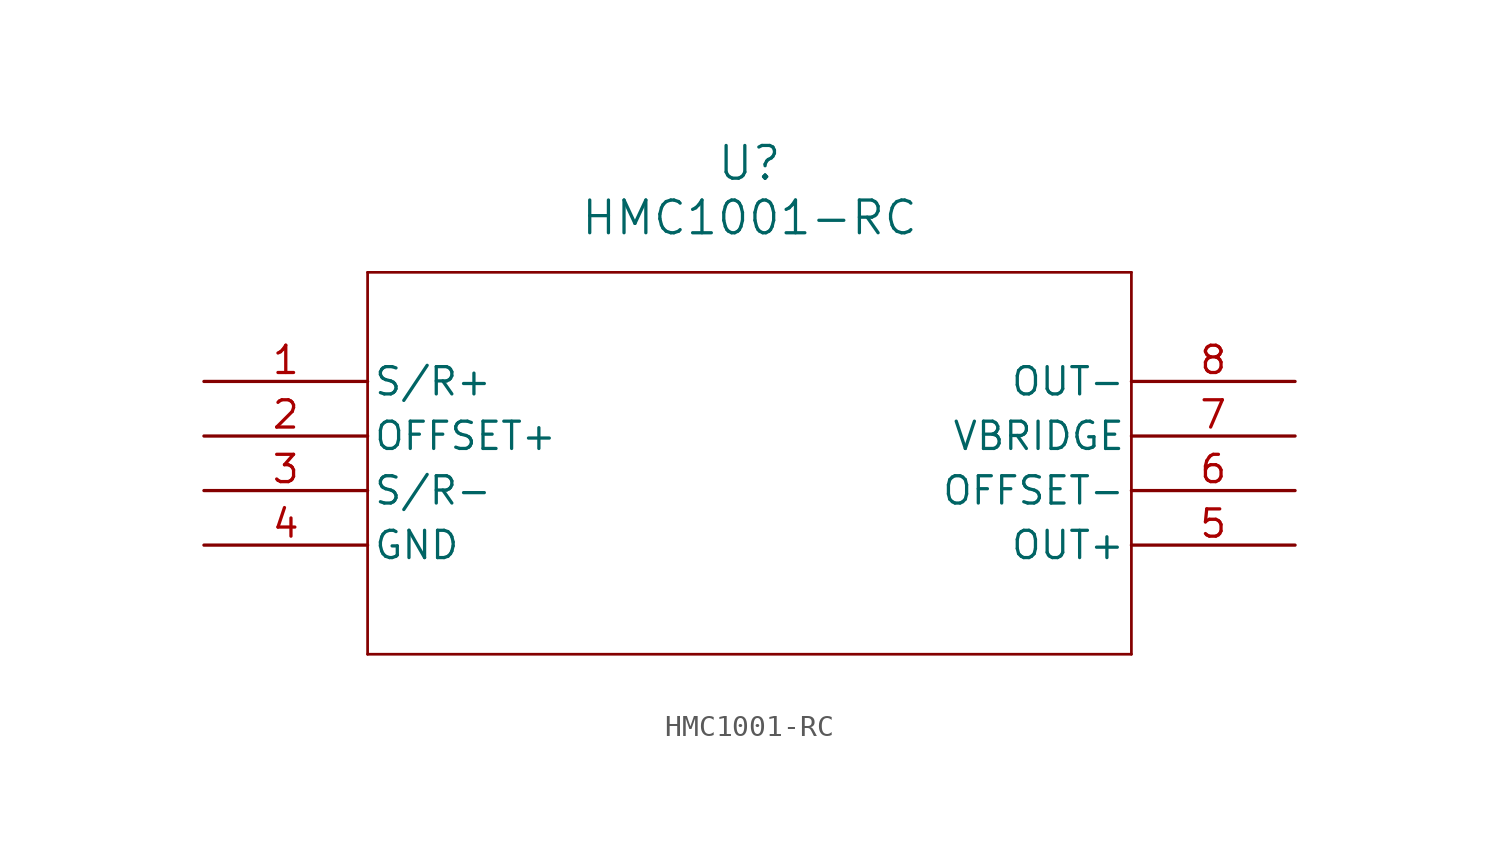
<source format=kicad_sym>
(kicad_symbol_lib
  (version 20211014)
  (generator kicad_symbol_editor)
  (symbol "HMC1001-RC"
    (pin_names
      (offset 0.254))
    (property "Reference" "U"
      (at 25.4 10.16 0)
      (effects (font (size 1.524 1.524))))
    (property "Value" "HMC1001-RC"
      (at 25.4 7.62 0)
      (effects (font (size 1.524 1.524))))
    (symbol "HMC1001-RC_0_1"
      (polyline (pts (xy 7.62 5.08) (xy 7.62 -12.7)) (stroke (width 0.127) (type default) (color 0 0 0 0)) (fill (type none)))
      (polyline (pts (xy 7.62 -12.7) (xy 43.18 -12.7)) (stroke (width 0.127) (type default) (color 0 0 0 0)) (fill (type none)))
      (polyline (pts (xy 43.18 -12.7) (xy 43.18 5.08)) (stroke (width 0.127) (type default) (color 0 0 0 0)) (fill (type none)))
      (polyline (pts (xy 43.18 5.08) (xy 7.62 5.08)) (stroke (width 0.127) (type default) (color 0 0 0 0)) (fill (type none)))
      (pin unspecified line (at 0 0 0) (length 7.62) (name "S/R+" (effects (font (size 1.27 1.27)))) (number "1" (effects (font (size 1.27 1.27)))))
      (pin unspecified line (at 0 -2.54 0) (length 7.62) (name "OFFSET+" (effects (font (size 1.27 1.27)))) (number "2" (effects (font (size 1.27 1.27)))))
      (pin unspecified line (at 0 -5.08 0) (length 7.62) (name "S/R-" (effects (font (size 1.27 1.27)))) (number "3" (effects (font (size 1.27 1.27)))))
      (pin power_out line (at 0 -7.62 0) (length 7.62) (name "GND" (effects (font (size 1.27 1.27)))) (number "4" (effects (font (size 1.27 1.27)))))
      (pin output line (at 50.8 -7.62 180) (length 7.62) (name "OUT+" (effects (font (size 1.27 1.27)))) (number "5" (effects (font (size 1.27 1.27)))))
      (pin unspecified line (at 50.8 -5.08 180) (length 7.62) (name "OFFSET-" (effects (font (size 1.27 1.27)))) (number "6" (effects (font (size 1.27 1.27)))))
      (pin unspecified line (at 50.8 -2.54 180) (length 7.62) (name "VBRIDGE" (effects (font (size 1.27 1.27)))) (number "7" (effects (font (size 1.27 1.27)))))
      (pin output line (at 50.8 0 180) (length 7.62) (name "OUT-" (effects (font (size 1.27 1.27)))) (number "8" (effects (font (size 1.27 1.27))))))))
</source>
